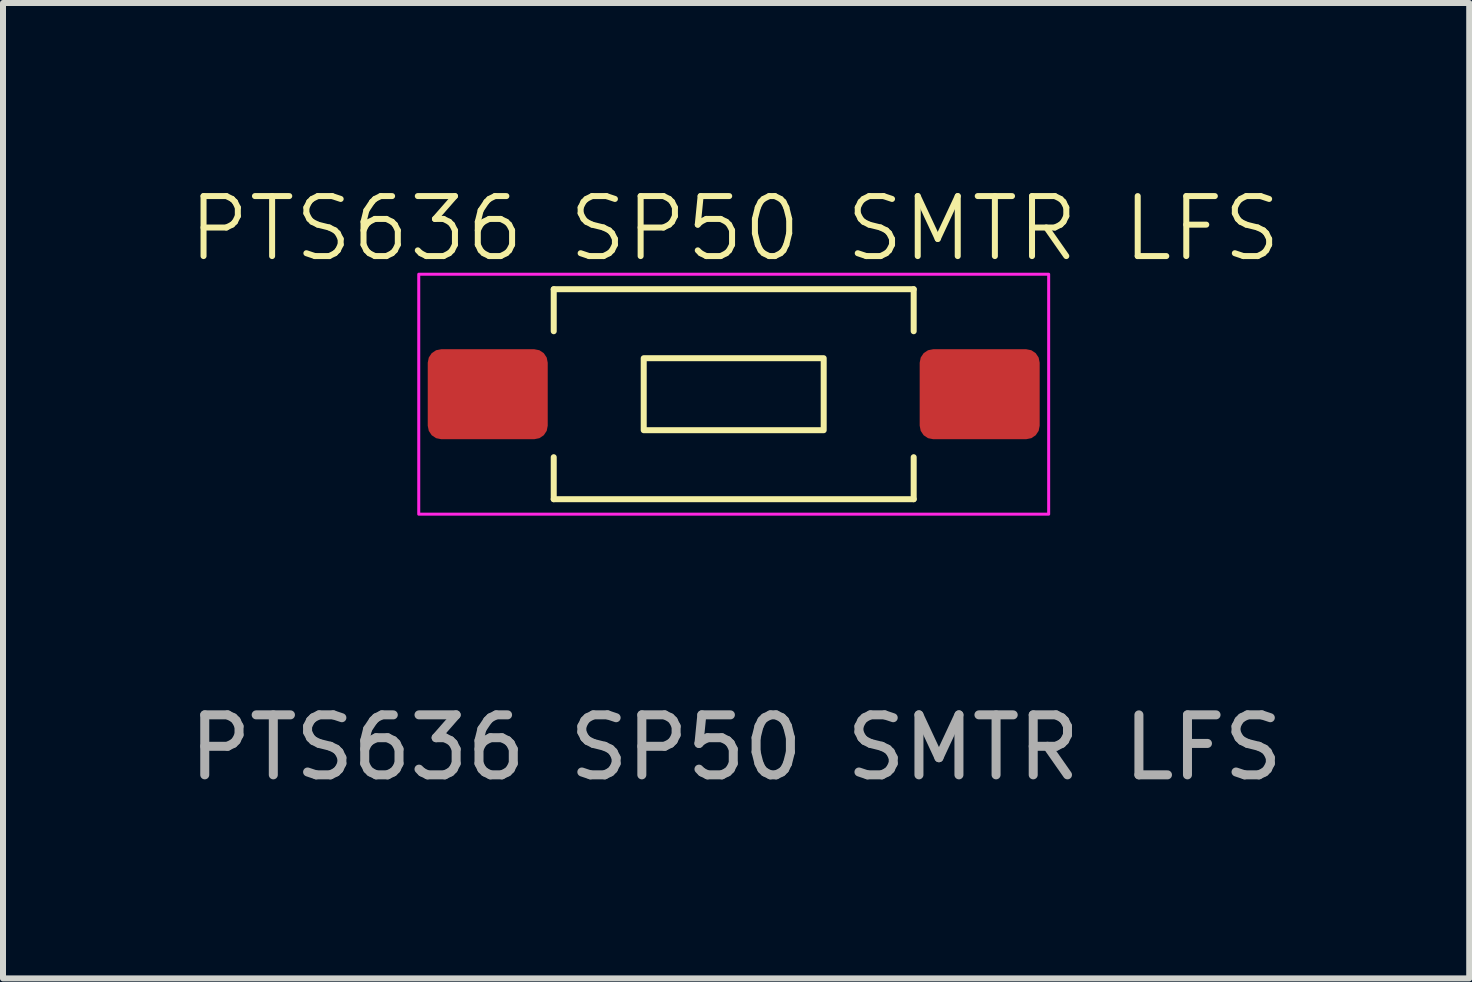
<source format=kicad_pcb>
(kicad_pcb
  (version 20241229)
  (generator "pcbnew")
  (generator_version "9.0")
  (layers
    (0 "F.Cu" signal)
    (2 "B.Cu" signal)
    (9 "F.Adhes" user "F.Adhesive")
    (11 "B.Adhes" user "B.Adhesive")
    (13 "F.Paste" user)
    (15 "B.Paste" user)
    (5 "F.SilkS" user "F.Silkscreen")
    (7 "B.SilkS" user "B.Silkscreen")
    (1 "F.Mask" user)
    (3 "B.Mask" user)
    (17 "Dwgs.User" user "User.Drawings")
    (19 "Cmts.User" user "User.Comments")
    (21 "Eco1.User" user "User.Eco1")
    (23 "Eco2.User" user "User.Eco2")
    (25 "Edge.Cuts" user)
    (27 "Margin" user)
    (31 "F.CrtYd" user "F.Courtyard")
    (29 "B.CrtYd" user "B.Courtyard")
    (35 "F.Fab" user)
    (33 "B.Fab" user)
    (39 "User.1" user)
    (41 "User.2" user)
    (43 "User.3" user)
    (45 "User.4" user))
  (footprint "PTS636 SP50 SMTR LFS"
    (layer "F.Cu")
    (at 9.18 3.521)
    (property "Reference" "PTS636 SP50 SMTR LFS" (at 0.02 -2.76 0) (unlocked yes) (layer "F.SilkS") (effects (font (size 1 1) (thickness 0.1))))
    (attr smd)
    (fp_line (start -3 -1.75) (end -3 -1.05) (stroke (width 0.1) (type default)) (layer "F.SilkS"))
    (fp_line (start -3 -1.75) (end 3 -1.75) (stroke (width 0.1) (type solid)) (layer "F.SilkS"))
    (fp_line (start -3 1.75) (end -3 1.05) (stroke (width 0.1) (type default)) (layer "F.SilkS"))
    (fp_line (start -3 1.75) (end 3 1.75) (stroke (width 0.1) (type solid)) (layer "F.SilkS"))
    (fp_line (start 3 -1.75) (end 3 -1.05) (stroke (width 0.1) (type default)) (layer "F.SilkS"))
    (fp_line (start 3 1.75) (end 3 1.05) (stroke (width 0.1) (type default)) (layer "F.SilkS"))
    (fp_rect (start -1.5 -0.6) (end 1.5 0.6) (stroke (width 0.1) (type solid)) (fill no) (layer "F.SilkS"))
    (fp_rect (start -5.25 -2) (end 5.25 2) (stroke (width 0.05) (type solid)) (fill no) (layer "F.CrtYd"))
    (fp_text user "${REFERENCE}" (at 0.04 5.89 0) (unlocked yes) (layer "F.Fab") (effects (font (size 1 1) (thickness 0.15))))
    (pad "1" smd roundrect (at -4.1 0) (size 2 1.5) (layers "F.Cu" "F.Mask" "F.Paste") (roundrect_rratio 0.15))
    (pad "2" smd roundrect (at 4.1 0) (size 2 1.5) (layers "F.Cu" "F.Mask" "F.Paste") (roundrect_rratio 0.15)))
  (gr_rect
    (start -3 -3)
    (end 21.44 13.259)
    (stroke (width 0.1) (type default))
    (fill no)
    (layer "Edge.Cuts")))
</source>
